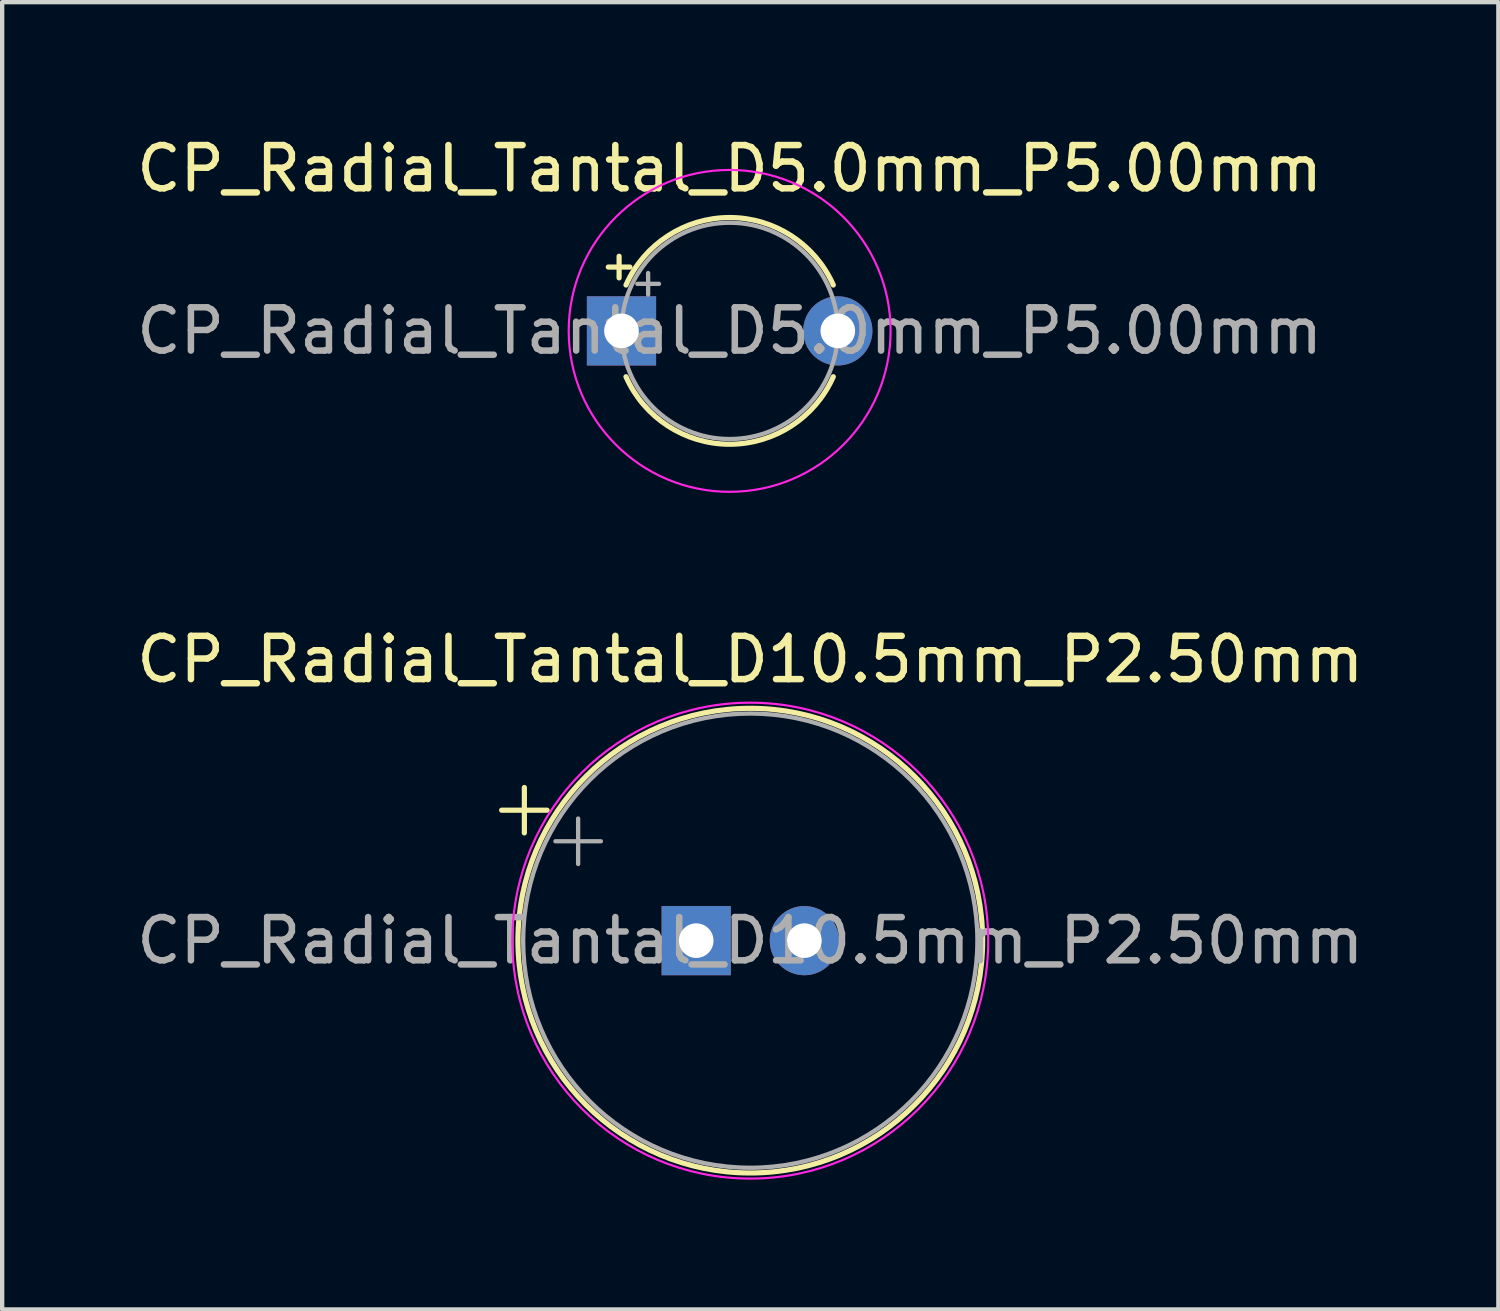
<source format=kicad_pcb>
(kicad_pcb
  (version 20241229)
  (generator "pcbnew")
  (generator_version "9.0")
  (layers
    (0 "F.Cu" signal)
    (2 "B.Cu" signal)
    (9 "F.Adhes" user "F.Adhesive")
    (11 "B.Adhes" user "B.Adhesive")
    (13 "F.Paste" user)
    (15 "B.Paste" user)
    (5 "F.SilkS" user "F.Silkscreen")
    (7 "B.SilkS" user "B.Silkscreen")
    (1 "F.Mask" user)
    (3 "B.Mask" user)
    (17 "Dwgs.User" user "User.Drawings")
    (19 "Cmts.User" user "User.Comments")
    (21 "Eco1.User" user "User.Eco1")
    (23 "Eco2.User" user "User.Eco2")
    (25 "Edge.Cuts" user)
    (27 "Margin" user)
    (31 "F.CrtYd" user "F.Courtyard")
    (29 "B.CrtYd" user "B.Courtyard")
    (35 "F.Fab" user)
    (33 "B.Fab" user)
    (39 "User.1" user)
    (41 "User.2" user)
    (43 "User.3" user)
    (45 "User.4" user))
  (footprint "CP_Radial_Tantal_D5.0mm_P5.00mm"
    (layer "F.Cu")
    (at 11.315 4.598)
    (property "Reference" "CP_Radial_Tantal_D5.0mm_P5.00mm" (at 2.5 -3.75 0) (layer "F.SilkS") (effects (font (size 1 1) (thickness 0.15))))
    (attr through_hole)
    (fp_line (start -0.305 -1.475) (end 0.195 -1.475) (stroke (width 0.12) (type solid)) (layer "F.SilkS"))
    (fp_line (start -0.055 -1.725) (end -0.055 -1.225) (stroke (width 0.12) (type solid)) (layer "F.SilkS"))
    (fp_arc (start 0.104003 -1.06) (mid 2.5 -2.62) (end 4.895997 -1.06) (stroke (width 0.12) (type solid)) (layer "F.SilkS"))
    (fp_arc (start 4.895997 1.06) (mid 2.5 2.62) (end 0.104003 1.06) (stroke (width 0.12) (type solid)) (layer "F.SilkS"))
    (fp_circle (center 2.5 0) (end 6.22 0) (stroke (width 0.05) (type solid)) (fill no) (layer "F.CrtYd"))
    (fp_line (start 0.366 -1.087) (end 0.866 -1.087) (stroke (width 0.1) (type solid)) (layer "F.Fab"))
    (fp_line (start 0.616 -1.337) (end 0.616 -0.838) (stroke (width 0.1) (type solid)) (layer "F.Fab"))
    (fp_circle (center 2.5 0) (end 5 0) (stroke (width 0.1) (type solid)) (fill no) (layer "F.Fab"))
    (fp_text user "${REFERENCE}" (at 2.5 0 0) (layer "F.Fab") (effects (font (size 1 1) (thickness 0.15))))
    (pad "1" thru_hole rect (at 0 0) (size 1.6 1.6) (drill 0.8) (layers "*.Cu" "*.Mask"))
    (pad "2" thru_hole circle (at 5 0) (size 1.6 1.6) (drill 0.8) (layers "*.Cu" "*.Mask")))
  (footprint "CP_Radial_Tantal_D10.5mm_P2.50mm"
    (layer "F.Cu")
    (at 13.042 18.692)
    (property "Reference" "CP_Radial_Tantal_D10.5mm_P2.50mm" (at 1.25 -6.5 0) (layer "F.SilkS") (effects (font (size 1 1) (thickness 0.15))))
    (attr through_hole)
    (fp_line (start -4.497 -3.015) (end -3.447 -3.015) (stroke (width 0.12) (type solid)) (layer "F.SilkS"))
    (fp_line (start -3.972 -3.54) (end -3.972 -2.49) (stroke (width 0.12) (type solid)) (layer "F.SilkS"))
    (fp_circle (center 1.25 0) (end 6.62 0) (stroke (width 0.12) (type solid)) (fill no) (layer "F.SilkS"))
    (fp_circle (center 1.25 0) (end 6.75 0) (stroke (width 0.05) (type solid)) (fill no) (layer "F.CrtYd"))
    (fp_line (start -3.254 -2.297) (end -2.204 -2.297) (stroke (width 0.1) (type solid)) (layer "F.Fab"))
    (fp_line (start -2.729 -2.822) (end -2.729 -1.772) (stroke (width 0.1) (type solid)) (layer "F.Fab"))
    (fp_circle (center 1.25 0) (end 6.5 0) (stroke (width 0.1) (type solid)) (fill no) (layer "F.Fab"))
    (fp_text user "${REFERENCE}" (at 1.25 0 0) (layer "F.Fab") (effects (font (size 1 1) (thickness 0.15))))
    (pad "1" thru_hole rect (at 0 0) (size 1.6 1.6) (drill 0.8) (layers "*.Cu" "*.Mask"))
    (pad "2" thru_hole circle (at 2.5 0) (size 1.6 1.6) (drill 0.8) (layers "*.Cu" "*.Mask")))
  (gr_rect
    (start -3 -3)
    (end 31.583 27.216)
    (stroke (width 0.1) (type default))
    (fill no)
    (layer "Edge.Cuts")))
</source>
